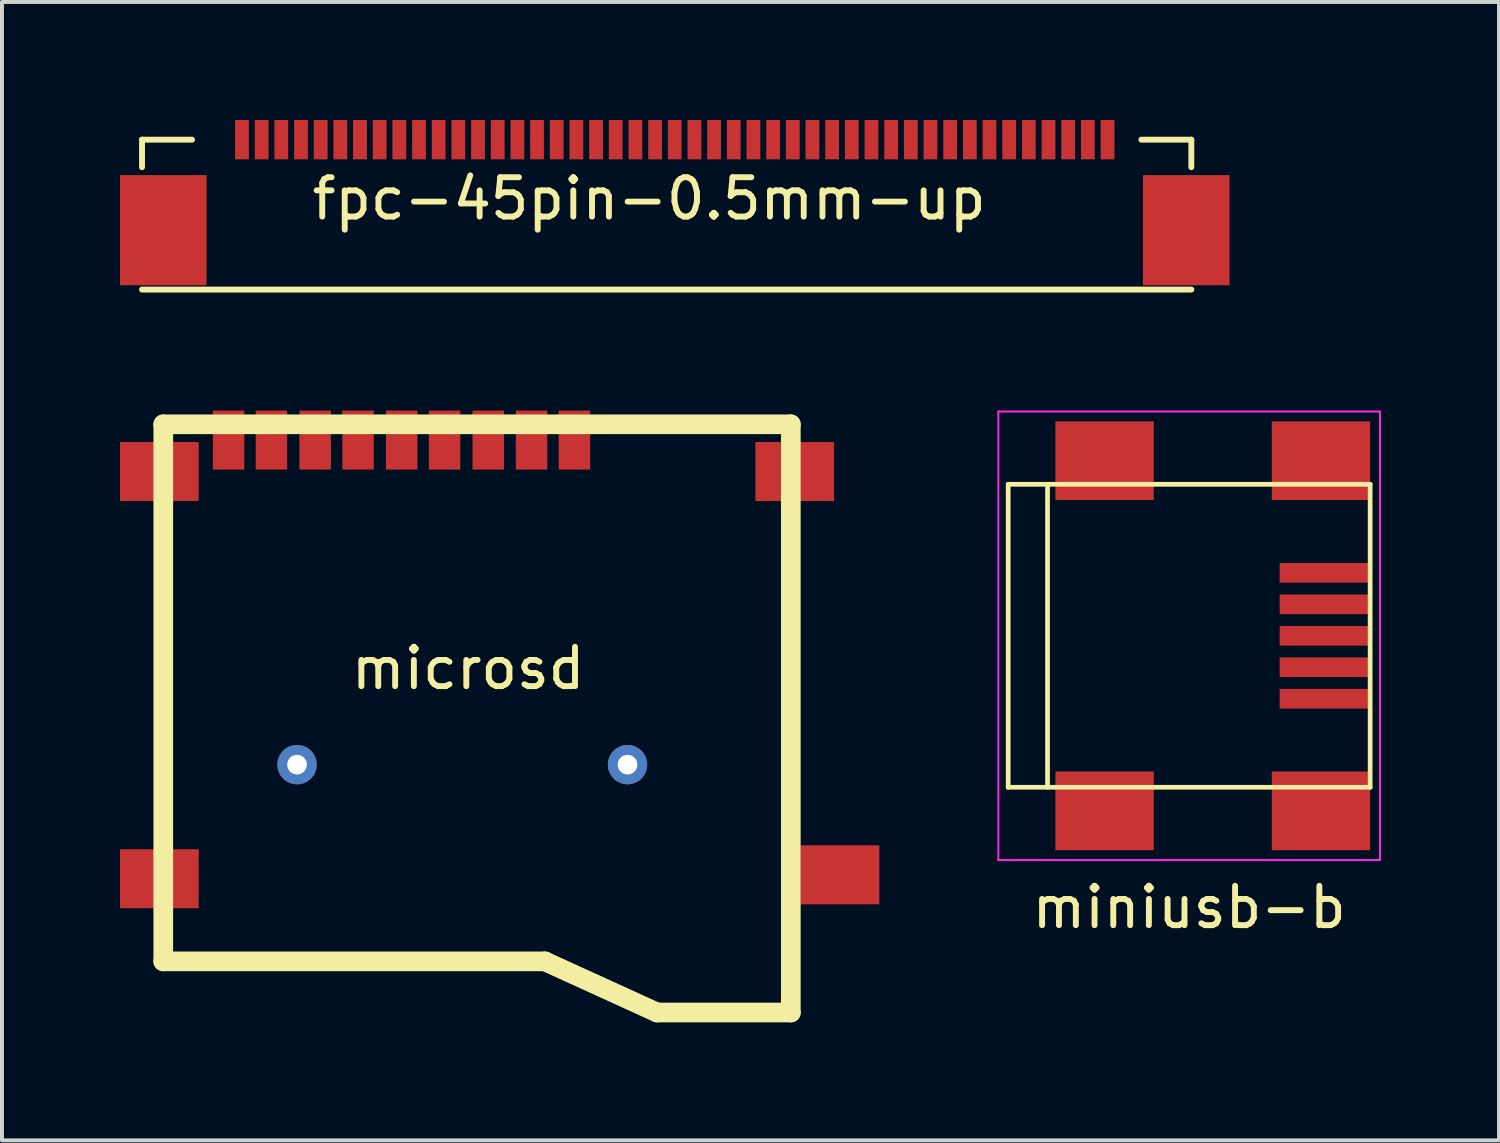
<source format=kicad_pcb>
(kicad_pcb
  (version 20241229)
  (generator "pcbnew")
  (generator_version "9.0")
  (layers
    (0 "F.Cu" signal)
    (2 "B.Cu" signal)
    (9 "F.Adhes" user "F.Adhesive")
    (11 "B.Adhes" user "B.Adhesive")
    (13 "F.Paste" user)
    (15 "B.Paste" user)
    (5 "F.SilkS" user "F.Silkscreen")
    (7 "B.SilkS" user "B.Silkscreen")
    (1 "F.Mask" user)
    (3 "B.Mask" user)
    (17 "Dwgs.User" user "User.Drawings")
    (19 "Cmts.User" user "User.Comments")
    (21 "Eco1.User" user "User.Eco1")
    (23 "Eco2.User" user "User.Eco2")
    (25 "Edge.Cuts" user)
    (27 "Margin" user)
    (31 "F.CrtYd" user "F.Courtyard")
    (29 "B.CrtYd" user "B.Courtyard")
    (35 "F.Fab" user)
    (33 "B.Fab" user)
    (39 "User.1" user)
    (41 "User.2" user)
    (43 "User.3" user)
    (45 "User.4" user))
  (footprint "fpc-45pin-0.5mm-up"
    (layer "F.Cu")
    (at 3.1 0.5)
    (property "Reference" "fpc-45pin-0.5mm-up" (at 10.35 1.5 0) (layer "F.SilkS") (effects (font (size 1 1) (thickness 0.15))))
    (attr through_hole)
    (fp_line (start -2.54 0) (end -2.54 0.7) (stroke (width 0.15) (type solid)) (layer "F.SilkS"))
    (fp_line (start -2.54 3.81) (end 24.13 3.81) (stroke (width 0.15) (type solid)) (layer "F.SilkS"))
    (fp_line (start -1.27 0) (end -2.54 0) (stroke (width 0.15) (type solid)) (layer "F.SilkS"))
    (fp_line (start 24.13 0) (end 22.86 0) (stroke (width 0.15) (type solid)) (layer "F.SilkS"))
    (fp_line (start 24.13 0.7) (end 24.13 0) (stroke (width 0.15) (type solid)) (layer "F.SilkS"))
    (pad "1" smd trapezoid (at 0 0) (size 0.35 1) (layers "F.Cu" "F.Mask" "F.Paste"))
    (pad "2" smd trapezoid (at 0.5 0) (size 0.35 1) (layers "F.Cu" "F.Mask" "F.Paste"))
    (pad "3" smd trapezoid (at 1 0) (size 0.35 1) (layers "F.Cu" "F.Mask" "F.Paste"))
    (pad "4" smd trapezoid (at 1.5 0) (size 0.35 1) (layers "F.Cu" "F.Mask" "F.Paste"))
    (pad "5" smd trapezoid (at 2 0) (size 0.35 1) (layers "F.Cu" "F.Mask" "F.Paste"))
    (pad "6" smd trapezoid (at 2.5 0) (size 0.35 1) (layers "F.Cu" "F.Mask" "F.Paste"))
    (pad "7" smd trapezoid (at 3 0) (size 0.35 1) (layers "F.Cu" "F.Mask" "F.Paste"))
    (pad "8" smd trapezoid (at 3.5 0) (size 0.35 1) (layers "F.Cu" "F.Mask" "F.Paste"))
    (pad "9" smd trapezoid (at 4 0) (size 0.35 1) (layers "F.Cu" "F.Mask" "F.Paste"))
    (pad "10" smd trapezoid (at 4.5 0) (size 0.35 1) (layers "F.Cu" "F.Mask" "F.Paste"))
    (pad "11" smd trapezoid (at 5 0) (size 0.35 1) (layers "F.Cu" "F.Mask" "F.Paste"))
    (pad "12" smd trapezoid (at 5.5 0) (size 0.35 1) (layers "F.Cu" "F.Mask" "F.Paste"))
    (pad "13" smd trapezoid (at 6 0) (size 0.35 1) (layers "F.Cu" "F.Mask" "F.Paste"))
    (pad "14" smd trapezoid (at 6.5 0) (size 0.35 1) (layers "F.Cu" "F.Mask" "F.Paste"))
    (pad "15" smd trapezoid (at 7 0) (size 0.35 1) (layers "F.Cu" "F.Mask" "F.Paste"))
    (pad "16" smd trapezoid (at 7.5 0) (size 0.35 1) (layers "F.Cu" "F.Mask" "F.Paste"))
    (pad "17" smd trapezoid (at 8 0) (size 0.35 1) (layers "F.Cu" "F.Mask" "F.Paste"))
    (pad "18" smd trapezoid (at 8.5 0) (size 0.35 1) (layers "F.Cu" "F.Mask" "F.Paste"))
    (pad "19" smd trapezoid (at 9 0) (size 0.35 1) (layers "F.Cu" "F.Mask" "F.Paste"))
    (pad "20" smd trapezoid (at 9.5 0) (size 0.35 1) (layers "F.Cu" "F.Mask" "F.Paste"))
    (pad "21" smd trapezoid (at 10 0) (size 0.35 1) (layers "F.Cu" "F.Mask" "F.Paste"))
    (pad "22" smd trapezoid (at 10.5 0) (size 0.35 1) (layers "F.Cu" "F.Mask" "F.Paste"))
    (pad "23" smd trapezoid (at 11 0) (size 0.35 1) (layers "F.Cu" "F.Mask" "F.Paste"))
    (pad "24" smd trapezoid (at 11.5 0) (size 0.35 1) (layers "F.Cu" "F.Mask" "F.Paste"))
    (pad "25" smd trapezoid (at 12 0) (size 0.35 1) (layers "F.Cu" "F.Mask" "F.Paste"))
    (pad "26" smd trapezoid (at 12.5 0) (size 0.35 1) (layers "F.Cu" "F.Mask" "F.Paste"))
    (pad "27" smd trapezoid (at 13 0) (size 0.35 1) (layers "F.Cu" "F.Mask" "F.Paste"))
    (pad "28" smd trapezoid (at 13.5 0) (size 0.35 1) (layers "F.Cu" "F.Mask" "F.Paste"))
    (pad "29" smd trapezoid (at 14 0) (size 0.35 1) (layers "F.Cu" "F.Mask" "F.Paste"))
    (pad "30" smd trapezoid (at 14.5 0) (size 0.35 1) (layers "F.Cu" "F.Mask" "F.Paste"))
    (pad "31" smd trapezoid (at 15 0) (size 0.35 1) (layers "F.Cu" "F.Mask" "F.Paste"))
    (pad "32" smd trapezoid (at 15.5 0) (size 0.35 1) (layers "F.Cu" "F.Mask" "F.Paste"))
    (pad "33" smd trapezoid (at 16 0) (size 0.35 1) (layers "F.Cu" "F.Mask" "F.Paste"))
    (pad "34" smd trapezoid (at 16.5 0) (size 0.35 1) (layers "F.Cu" "F.Mask" "F.Paste"))
    (pad "35" smd trapezoid (at 17 0) (size 0.35 1) (layers "F.Cu" "F.Mask" "F.Paste"))
    (pad "36" smd trapezoid (at 17.5 0) (size 0.35 1) (layers "F.Cu" "F.Mask" "F.Paste"))
    (pad "37" smd trapezoid (at 18 0) (size 0.35 1) (layers "F.Cu" "F.Mask" "F.Paste"))
    (pad "38" smd trapezoid (at 18.5 0) (size 0.35 1) (layers "F.Cu" "F.Mask" "F.Paste"))
    (pad "39" smd trapezoid (at 19 0) (size 0.35 1) (layers "F.Cu" "F.Mask" "F.Paste"))
    (pad "40" smd trapezoid (at 19.5 0) (size 0.35 1) (layers "F.Cu" "F.Mask" "F.Paste"))
    (pad "41" smd trapezoid (at 20 0) (size 0.35 1) (layers "F.Cu" "F.Mask" "F.Paste"))
    (pad "42" smd trapezoid (at 20.5 0) (size 0.35 1) (layers "F.Cu" "F.Mask" "F.Paste"))
    (pad "43" smd trapezoid (at 21 0) (size 0.35 1) (layers "F.Cu" "F.Mask" "F.Paste"))
    (pad "44" smd trapezoid (at 21.5 0) (size 0.35 1) (layers "F.Cu" "F.Mask" "F.Paste"))
    (pad "45" smd trapezoid (at 22 0) (size 0.35 1) (layers "F.Cu" "F.Mask" "F.Paste"))
    (pad "46" smd trapezoid (at -2 2.3) (size 2.2 2.8) (layers "F.Cu" "F.Mask" "F.Paste"))
    (pad "46" smd trapezoid (at 24 2.3) (size 2.2 2.8) (layers "F.Cu" "F.Mask" "F.Paste")))
  (footprint "microsd"
    (layer "F.Cu")
    (at 12.8 18.885)
    (property "Reference" "microsd" (at -3.95 -4.95 0) (layer "F.SilkS") (effects (font (size 1 1) (thickness 0.15))))
    (attr through_hole)
    (fp_line (start -11.7 -11.15) (end 4.25 -11.15) (stroke (width 0.5) (type solid)) (layer "F.SilkS"))
    (fp_line (start -11.7 2.5) (end -11.7 -11.15) (stroke (width 0.5) (type solid)) (layer "F.SilkS"))
    (fp_line (start -2 2.5) (end -11.7 2.5) (stroke (width 0.5) (type solid)) (layer "F.SilkS"))
    (fp_line (start 0.85 3.8) (end -2 2.5) (stroke (width 0.5) (type solid)) (layer "F.SilkS"))
    (fp_line (start 4.25 -11.15) (end 4.25 3.8) (stroke (width 0.5) (type solid)) (layer "F.SilkS"))
    (fp_line (start 4.25 3.8) (end 0.85 3.8) (stroke (width 0.5) (type solid)) (layer "F.SilkS"))
    (pad "1" smd rect (at -10.04 -10.75 90) (size 1.5 0.8) (layers "F.Cu" "F.Mask" "F.Paste"))
    (pad "2" smd rect (at -8.95 -10.75 90) (size 1.5 0.8) (layers "F.Cu" "F.Mask" "F.Paste"))
    (pad "3" smd rect (at -7.84 -10.75 90) (size 1.5 0.8) (layers "F.Cu" "F.Mask" "F.Paste"))
    (pad "4" smd rect (at -6.75 -10.75 90) (size 1.5 0.8) (layers "F.Cu" "F.Mask" "F.Paste"))
    (pad "5" smd rect (at -5.64 -10.75 90) (size 1.5 0.8) (layers "F.Cu" "F.Mask" "F.Paste"))
    (pad "6" smd rect (at -4.55 -10.75 90) (size 1.5 0.8) (layers "F.Cu" "F.Mask" "F.Paste"))
    (pad "7" smd rect (at -3.44 -10.75 90) (size 1.5 0.8) (layers "F.Cu" "F.Mask" "F.Paste"))
    (pad "8" smd rect (at -2.34 -10.75 90) (size 1.5 0.8) (layers "F.Cu" "F.Mask" "F.Paste"))
    (pad "9" smd rect (at -1.25 -10.75 90) (size 1.5 0.8) (layers "F.Cu" "F.Mask" "F.Paste"))
    (pad "10" smd rect (at -11.8 -9.95) (size 2 1.5) (layers "F.Cu" "F.Mask" "F.Paste"))
    (pad "10" smd rect (at -11.8 0.4) (size 2 1.5) (layers "F.Cu" "F.Mask" "F.Paste"))
    (pad "10" thru_hole circle (at -8.3 -2.5 90) (size 1 1) (drill 0.5) (layers "*.Cu" "*.Mask"))
    (pad "10" smd rect (at 4.35 -9.95) (size 2 1.5) (layers "F.Cu" "F.Mask" "F.Paste"))
    (pad "10" smd rect (at 5.5 0.3) (size 2 1.5) (layers "F.Cu" "F.Mask" "F.Paste"))
    (pad "11" thru_hole circle (at 0.1 -2.5 90) (size 1 1) (drill 0.5) (layers "*.Cu" "*.Mask")))
  (footprint "miniusb-b"
    (layer "F.Cu")
    (at 27.825 13.11)
    (property "Reference" "miniusb-b" (at -0.65 6.9 0) (layer "F.SilkS") (effects (font (size 1 1) (thickness 0.15))))
    (attr smd)
    (fp_line (start -5.25 -3.85) (end -5.25 3.85) (stroke (width 0.12) (type solid)) (layer "F.SilkS"))
    (fp_line (start -5.25 3.85) (end 3.95 3.85) (stroke (width 0.12) (type solid)) (layer "F.SilkS"))
    (fp_line (start -4.25 -3.85) (end -4.25 3.85) (stroke (width 0.12) (type solid)) (layer "F.SilkS"))
    (fp_line (start 3.95 -3.85) (end -5.25 -3.85) (stroke (width 0.12) (type solid)) (layer "F.SilkS"))
    (fp_line (start 3.95 3.85) (end 3.95 -3.85) (stroke (width 0.12) (type solid)) (layer "F.SilkS"))
    (fp_line (start -5.5 -5.7) (end 4.2 -5.7) (stroke (width 0.05) (type solid)) (layer "F.CrtYd"))
    (fp_line (start -5.5 5.7) (end -5.5 -5.7) (stroke (width 0.05) (type solid)) (layer "F.CrtYd"))
    (fp_line (start 4.2 -5.7) (end 4.2 5.7) (stroke (width 0.05) (type solid)) (layer "F.CrtYd"))
    (fp_line (start 4.2 5.7) (end -5.5 5.7) (stroke (width 0.05) (type solid)) (layer "F.CrtYd"))
    (pad "1" smd rect (at 2.8 -1.6) (size 2.3 0.5) (layers "F.Cu" "F.Mask" "F.Paste"))
    (pad "2" smd rect (at 2.8 -0.8) (size 2.3 0.5) (layers "F.Cu" "F.Mask" "F.Paste"))
    (pad "3" smd rect (at 2.8 0) (size 2.3 0.5) (layers "F.Cu" "F.Mask" "F.Paste"))
    (pad "4" smd rect (at 2.8 0.8) (size 2.3 0.5) (layers "F.Cu" "F.Mask" "F.Paste"))
    (pad "5" smd rect (at 2.8 1.6) (size 2.3 0.5) (layers "F.Cu" "F.Mask" "F.Paste"))
    (pad "6" smd rect (at -2.8 -4.45) (size 2.5 2) (layers "F.Cu" "F.Mask" "F.Paste"))
    (pad "6" smd rect (at -2.8 4.45) (size 2.5 2) (layers "F.Cu" "F.Mask" "F.Paste"))
    (pad "6" smd rect (at 2.7 -4.45) (size 2.5 2) (layers "F.Cu" "F.Mask" "F.Paste"))
    (pad "6" smd rect (at 2.7 4.45) (size 2.5 2) (layers "F.Cu" "F.Mask" "F.Paste")))
  (gr_rect
    (start -3 -3)
    (end 35.05 25.935)
    (stroke (width 0.1) (type default))
    (fill no)
    (layer "Edge.Cuts")))
</source>
